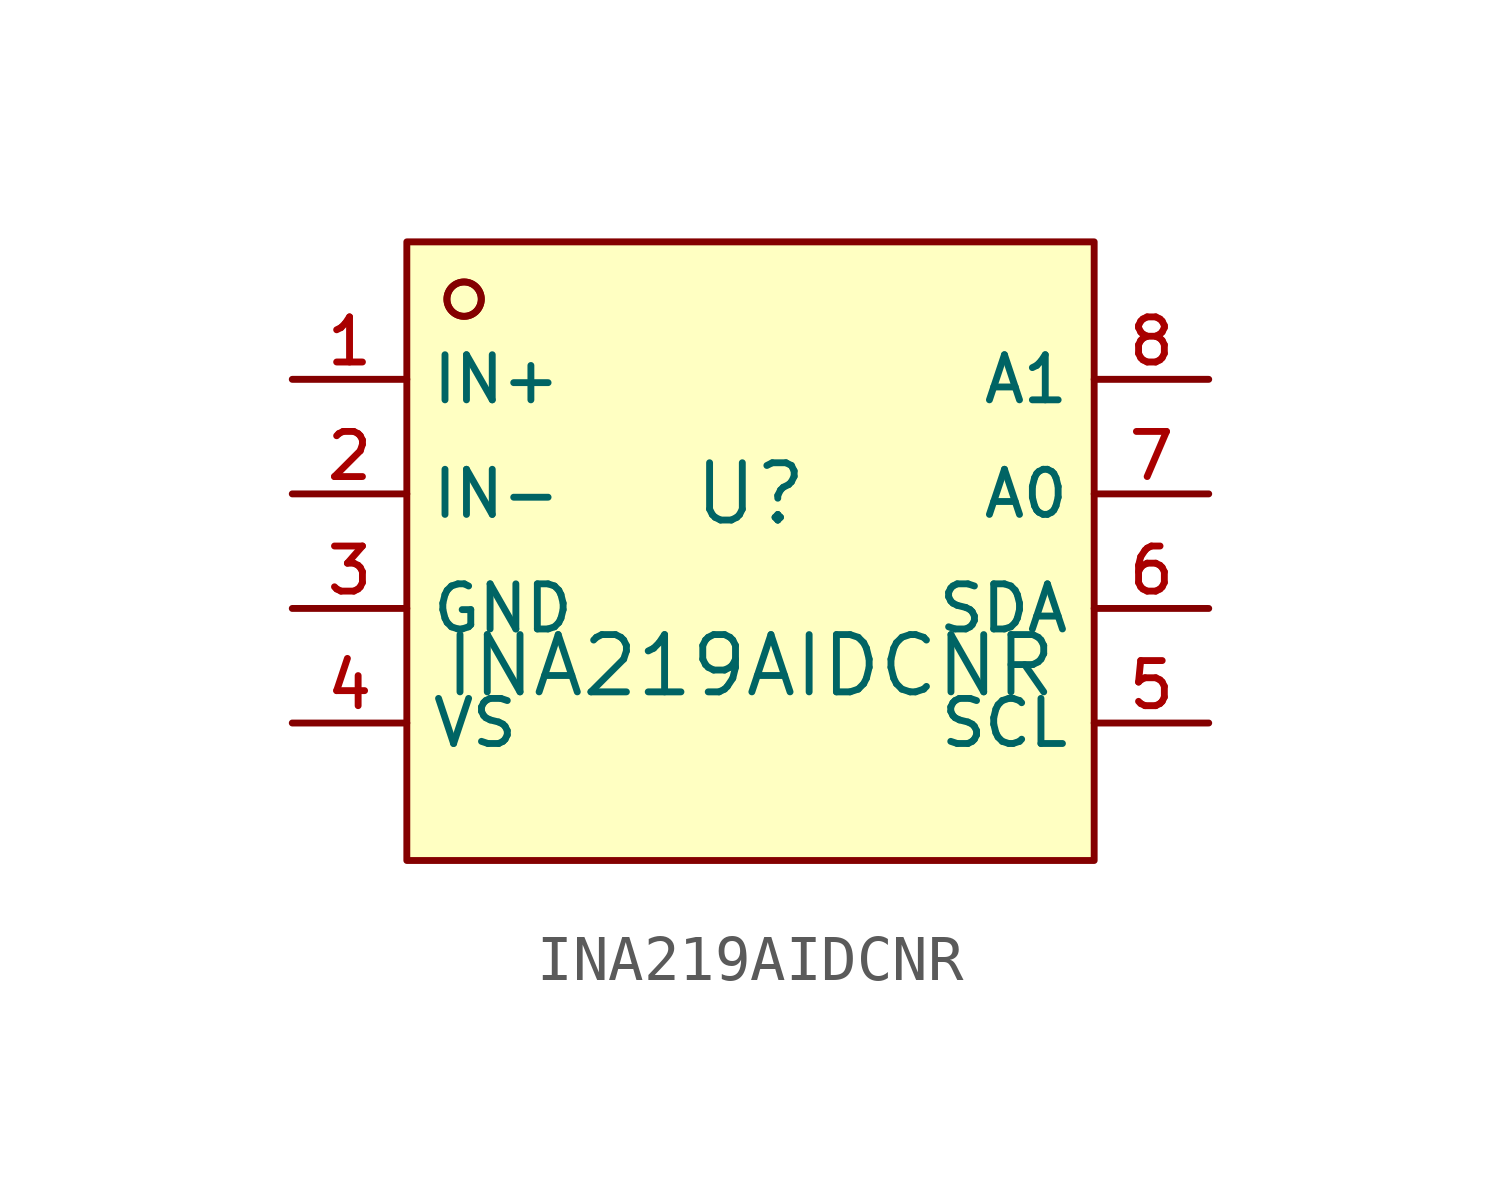
<source format=kicad_sym>
(kicad_symbol_lib
  (version 20210201)
  (generator TousstNicolas/JLC2KiCad_lib)
  (symbol "INA219AIDCNR"
    (property "Reference" "U"
      (at 0 1.27 0)
      (effects (font (size 1.27 1.27))))
    (property "Value" "INA219AIDCNR"
      (at 0 -2.54 0)
      (effects (font (size 1.27 1.27))))
    (symbol "INA219AIDCNR_0_1"
      (circle (center -6.35 5.588) (radius 0.381) (stroke (width 0) (type default) (color 0 0 0 0)) (fill (type background)))
      (rectangle (start -7.62 6.858) (end 7.62 -6.858) (stroke (width 0) (type default) (color 0 0 0 0)) (fill (type background)))
      (circle (center -6.35 5.588) (radius 0.381) (stroke (width 0) (type default) (color 0 0 0 0)) (fill (type background)))
      (pin unspecified line (at -10.16 3.81 0) (length 2.54) (name "IN+" (effects (font (size 1 1)))) (number "1" (effects (font (size 1 1)))))
      (pin unspecified line (at -10.16 1.27 0) (length 2.54) (name "IN-" (effects (font (size 1 1)))) (number "2" (effects (font (size 1 1)))))
      (pin unspecified line (at -10.16 -1.27 0) (length 2.54) (name "GND" (effects (font (size 1 1)))) (number "3" (effects (font (size 1 1)))))
      (pin unspecified line (at -10.16 -3.81 0) (length 2.54) (name "VS" (effects (font (size 1 1)))) (number "4" (effects (font (size 1 1)))))
      (pin unspecified line (at 10.16 -3.81 180) (length 2.54) (name "SCL" (effects (font (size 1 1)))) (number "5" (effects (font (size 1 1)))))
      (pin unspecified line (at 10.16 -1.27 180) (length 2.54) (name "SDA" (effects (font (size 1 1)))) (number "6" (effects (font (size 1 1)))))
      (pin unspecified line (at 10.16 1.27 180) (length 2.54) (name "A0" (effects (font (size 1 1)))) (number "7" (effects (font (size 1 1)))))
      (pin unspecified line (at 10.16 3.81 180) (length 2.54) (name "A1" (effects (font (size 1 1)))) (number "8" (effects (font (size 1 1))))))))
</source>
